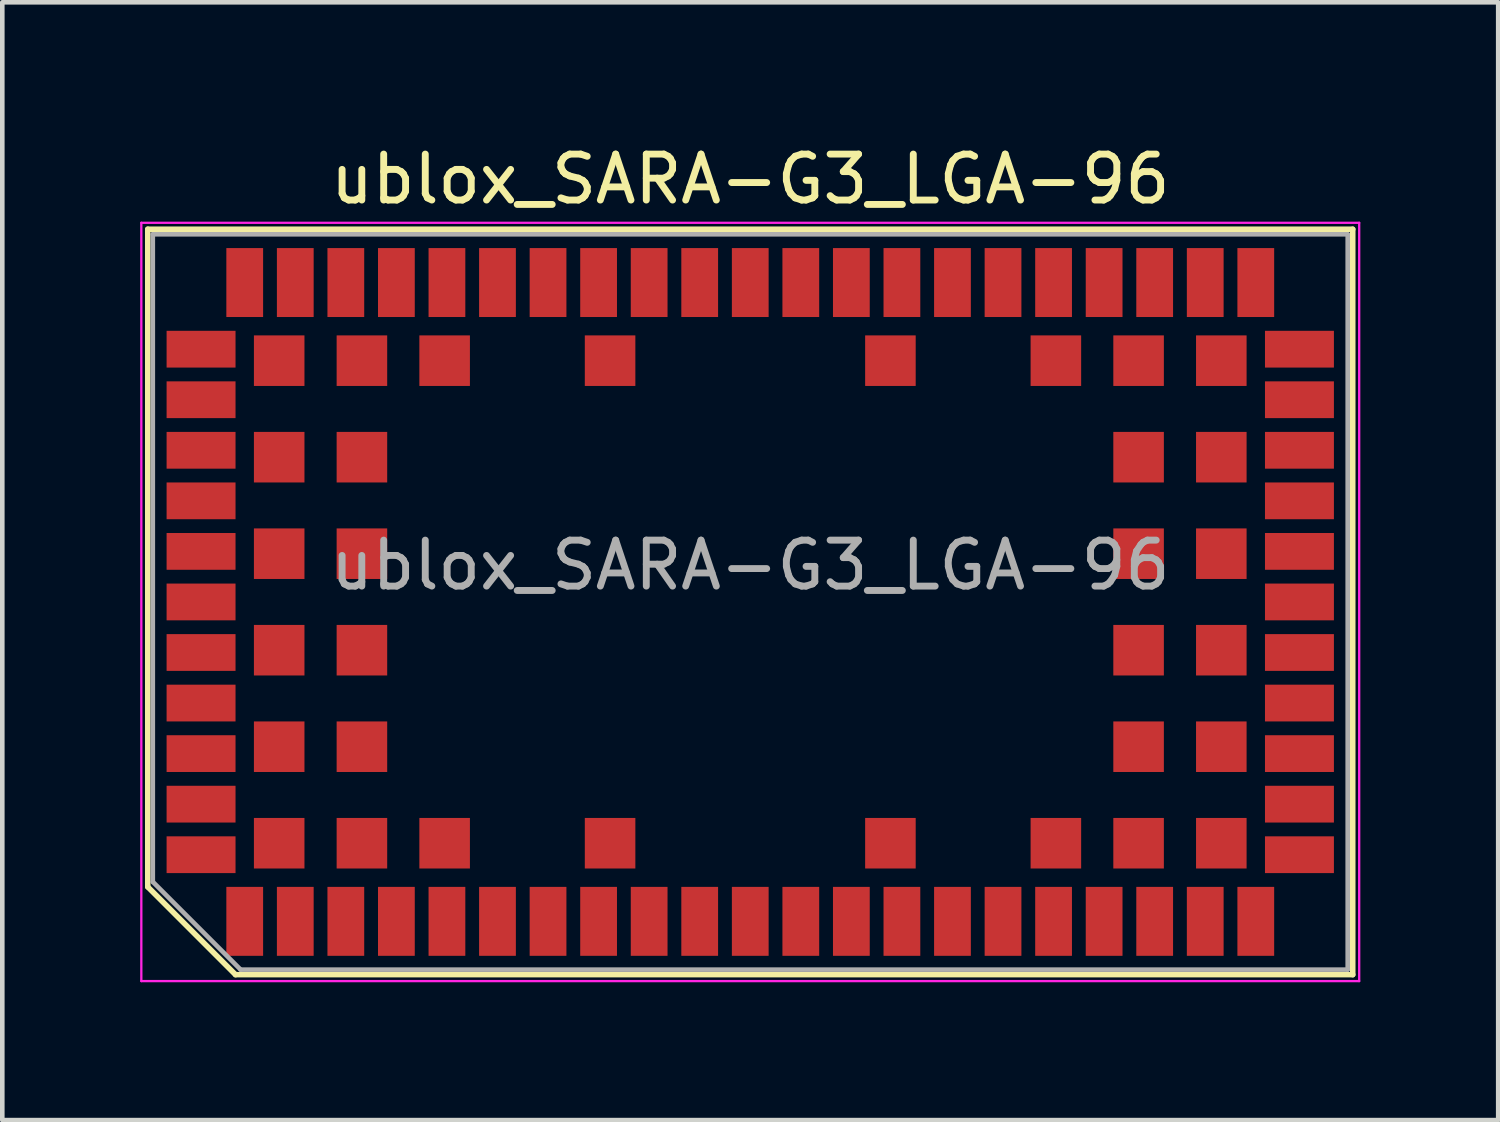
<source format=kicad_pcb>
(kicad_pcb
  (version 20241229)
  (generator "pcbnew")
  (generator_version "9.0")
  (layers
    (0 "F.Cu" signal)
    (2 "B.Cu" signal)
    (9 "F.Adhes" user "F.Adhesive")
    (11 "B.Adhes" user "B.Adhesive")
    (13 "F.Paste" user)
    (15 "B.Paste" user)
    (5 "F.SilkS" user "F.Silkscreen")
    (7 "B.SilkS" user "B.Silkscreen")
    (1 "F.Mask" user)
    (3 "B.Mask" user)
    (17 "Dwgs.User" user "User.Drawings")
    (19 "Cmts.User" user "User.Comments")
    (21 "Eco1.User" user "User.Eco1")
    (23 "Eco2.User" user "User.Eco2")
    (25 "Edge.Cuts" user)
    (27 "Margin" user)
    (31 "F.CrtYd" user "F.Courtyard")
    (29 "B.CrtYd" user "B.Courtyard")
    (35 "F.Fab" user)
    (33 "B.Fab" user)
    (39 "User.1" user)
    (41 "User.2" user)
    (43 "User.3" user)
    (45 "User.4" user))
  (footprint "ublox_SARA-G3_LGA-96"
    (layer "F.Cu")
    (at 13.275 10.048)
    (property "Reference" "ublox_SARA-G3_LGA-96" (at 0 -9.2 0) (layer "F.SilkS") (effects (font (size 1 1) (thickness 0.15))))
    (attr smd)
    (fp_line (start -13.11 -8.11) (end -13.11 6.2) (stroke (width 0.12) (type solid)) (layer "F.SilkS"))
    (fp_line (start -13.11 -8.11) (end 13.11 -8.11) (stroke (width 0.12) (type solid)) (layer "F.SilkS"))
    (fp_line (start -13.11 6.2) (end -11.2 8.11) (stroke (width 0.12) (type solid)) (layer "F.SilkS"))
    (fp_line (start -11.2 8.11) (end 13.11 8.11) (stroke (width 0.12) (type solid)) (layer "F.SilkS"))
    (fp_line (start 13.11 -8.11) (end 13.11 8.11) (stroke (width 0.12) (type solid)) (layer "F.SilkS"))
    (fp_line (start -13.25 -8.25) (end -13.25 8.25) (stroke (width 0.05) (type solid)) (layer "F.CrtYd"))
    (fp_line (start -13.25 -8.25) (end 13.25 -8.25) (stroke (width 0.05) (type solid)) (layer "F.CrtYd"))
    (fp_line (start -13.25 8.25) (end 13.25 8.25) (stroke (width 0.05) (type solid)) (layer "F.CrtYd"))
    (fp_line (start 13.25 -8.25) (end 13.25 8.25) (stroke (width 0.05) (type solid)) (layer "F.CrtYd"))
    (fp_line (start -13 -8) (end -13 6.09) (stroke (width 0.1) (type solid)) (layer "F.Fab"))
    (fp_line (start -13 -8) (end 13 -8) (stroke (width 0.1) (type solid)) (layer "F.Fab"))
    (fp_line (start -13 6.09) (end -11.09 8) (stroke (width 0.1) (type solid)) (layer "F.Fab"))
    (fp_line (start -11.09 8) (end 13 8) (stroke (width 0.1) (type solid)) (layer "F.Fab"))
    (fp_line (start 13 -8) (end 13 8) (stroke (width 0.1) (type solid)) (layer "F.Fab"))
    (fp_text user "${REFERENCE}" (at 0 -0.8 0) (layer "F.Fab") (effects (font (size 1 1) (thickness 0.15))))
    (pad "" smd rect (at -12 -5.5 90) (size 0.75 1.55) (layers "F.Paste"))
    (pad "" smd rect (at -12 -4.4 90) (size 0.75 1.55) (layers "F.Paste"))
    (pad "" smd rect (at -12 -3.3 90) (size 0.75 1.55) (layers "F.Paste"))
    (pad "" smd rect (at -12 -2.2 90) (size 0.75 1.55) (layers "F.Paste"))
    (pad "" smd rect (at -12 -1.1 90) (size 0.75 1.55) (layers "F.Paste"))
    (pad "" smd rect (at -12 0 90) (size 0.75 1.55) (layers "F.Paste"))
    (pad "" smd rect (at -12 1.1 90) (size 0.75 1.55) (layers "F.Paste"))
    (pad "" smd rect (at -12 2.2 90) (size 0.75 1.55) (layers "F.Paste"))
    (pad "" smd rect (at -12 3.3 90) (size 0.75 1.55) (layers "F.Paste"))
    (pad "" smd rect (at -12 4.4 90) (size 0.75 1.55) (layers "F.Paste"))
    (pad "" smd rect (at -12 5.5 90) (size 0.75 1.55) (layers "F.Paste"))
    (pad "" smd rect (at -11 -7) (size 0.75 1.55) (layers "F.Paste"))
    (pad "" smd rect (at -11 7) (size 0.75 1.55) (layers "F.Paste"))
    (pad "" smd rect (at -10.25 -5.25 270) (size 1.05 1.05) (layers "F.Paste"))
    (pad "" smd rect (at -10.25 -3.15 270) (size 1.05 1.05) (layers "F.Paste"))
    (pad "" smd rect (at -10.25 -1.05 270) (size 1.05 1.05) (layers "F.Paste"))
    (pad "" smd rect (at -10.25 1.05 270) (size 1.05 1.05) (layers "F.Paste"))
    (pad "" smd rect (at -10.25 3.15 270) (size 1.05 1.05) (layers "F.Paste"))
    (pad "" smd rect (at -10.25 5.25 270) (size 1.05 1.05) (layers "F.Paste"))
    (pad "" smd rect (at -9.9 -7) (size 0.75 1.55) (layers "F.Paste"))
    (pad "" smd rect (at -9.9 7) (size 0.75 1.55) (layers "F.Paste"))
    (pad "" smd rect (at -8.8 -7) (size 0.75 1.55) (layers "F.Paste"))
    (pad "" smd rect (at -8.8 7) (size 0.75 1.55) (layers "F.Paste"))
    (pad "" smd rect (at -8.45 -5.25 270) (size 1.05 1.05) (layers "F.Paste"))
    (pad "" smd rect (at -8.45 -3.15 270) (size 1.05 1.05) (layers "F.Paste"))
    (pad "" smd rect (at -8.45 -1.05 270) (size 1.05 1.05) (layers "F.Paste"))
    (pad "" smd rect (at -8.45 1.05 270) (size 1.05 1.05) (layers "F.Paste"))
    (pad "" smd rect (at -8.45 3.15 270) (size 1.05 1.05) (layers "F.Paste"))
    (pad "" smd rect (at -8.45 5.25 270) (size 1.05 1.05) (layers "F.Paste"))
    (pad "" smd rect (at -7.7 -7) (size 0.75 1.55) (layers "F.Paste"))
    (pad "" smd rect (at -7.7 7) (size 0.75 1.55) (layers "F.Paste"))
    (pad "" smd rect (at -6.65 -5.25 270) (size 1.05 1.05) (layers "F.Paste"))
    (pad "" smd rect (at -6.65 5.25 270) (size 1.05 1.05) (layers "F.Paste"))
    (pad "" smd rect (at -6.6 -7) (size 0.75 1.55) (layers "F.Paste"))
    (pad "" smd rect (at -6.6 7) (size 0.75 1.55) (layers "F.Paste"))
    (pad "" smd rect (at -5.5 -7) (size 0.75 1.55) (layers "F.Paste"))
    (pad "" smd rect (at -5.5 7) (size 0.75 1.55) (layers "F.Paste"))
    (pad "" smd rect (at -4.4 -7) (size 0.75 1.55) (layers "F.Paste"))
    (pad "" smd rect (at -4.4 7) (size 0.75 1.55) (layers "F.Paste"))
    (pad "" smd rect (at -3.3 -7) (size 0.75 1.55) (layers "F.Paste"))
    (pad "" smd rect (at -3.3 7) (size 0.75 1.55) (layers "F.Paste"))
    (pad "" smd rect (at -3.05 -5.25 270) (size 1.05 1.05) (layers "F.Paste"))
    (pad "" smd rect (at -3.05 5.25 270) (size 1.05 1.05) (layers "F.Paste"))
    (pad "" smd rect (at -2.2 -7) (size 0.75 1.55) (layers "F.Paste"))
    (pad "" smd rect (at -2.2 7) (size 0.75 1.55) (layers "F.Paste"))
    (pad "" smd rect (at -1.1 -7) (size 0.75 1.55) (layers "F.Paste"))
    (pad "" smd rect (at -1.1 7) (size 0.75 1.55) (layers "F.Paste"))
    (pad "" smd rect (at 0 -7) (size 0.75 1.55) (layers "F.Paste"))
    (pad "" smd rect (at 0 7) (size 0.75 1.55) (layers "F.Paste"))
    (pad "" smd rect (at 1.1 -7) (size 0.75 1.55) (layers "F.Paste"))
    (pad "" smd rect (at 1.1 7) (size 0.75 1.55) (layers "F.Paste"))
    (pad "" smd rect (at 2.2 -7) (size 0.75 1.55) (layers "F.Paste"))
    (pad "" smd rect (at 2.2 7) (size 0.75 1.55) (layers "F.Paste"))
    (pad "" smd rect (at 3.05 -5.25 270) (size 1.05 1.05) (layers "F.Paste"))
    (pad "" smd rect (at 3.05 5.25 270) (size 1.05 1.05) (layers "F.Paste"))
    (pad "" smd rect (at 3.3 -7) (size 0.75 1.55) (layers "F.Paste"))
    (pad "" smd rect (at 3.3 7) (size 0.75 1.55) (layers "F.Paste"))
    (pad "" smd rect (at 4.4 -7) (size 0.75 1.55) (layers "F.Paste"))
    (pad "" smd rect (at 4.4 7) (size 0.75 1.55) (layers "F.Paste"))
    (pad "" smd rect (at 5.5 -7) (size 0.75 1.55) (layers "F.Paste"))
    (pad "" smd rect (at 5.5 7) (size 0.75 1.55) (layers "F.Paste"))
    (pad "" smd rect (at 6.6 -7) (size 0.75 1.55) (layers "F.Paste"))
    (pad "" smd rect (at 6.6 7) (size 0.75 1.55) (layers "F.Paste"))
    (pad "" smd rect (at 6.65 -5.25 270) (size 1.05 1.05) (layers "F.Paste"))
    (pad "" smd rect (at 6.65 5.25 270) (size 1.05 1.05) (layers "F.Paste"))
    (pad "" smd rect (at 7.7 -7) (size 0.75 1.55) (layers "F.Paste"))
    (pad "" smd rect (at 7.7 7) (size 0.75 1.55) (layers "F.Paste"))
    (pad "" smd rect (at 8.45 -5.25 270) (size 1.05 1.05) (layers "F.Paste"))
    (pad "" smd rect (at 8.45 -3.15 270) (size 1.05 1.05) (layers "F.Paste"))
    (pad "" smd rect (at 8.45 -1.05 270) (size 1.05 1.05) (layers "F.Paste"))
    (pad "" smd rect (at 8.45 1.05 270) (size 1.05 1.05) (layers "F.Paste"))
    (pad "" smd rect (at 8.45 3.15 270) (size 1.05 1.05) (layers "F.Paste"))
    (pad "" smd rect (at 8.45 5.25 270) (size 1.05 1.05) (layers "F.Paste"))
    (pad "" smd rect (at 8.8 -7) (size 0.75 1.55) (layers "F.Paste"))
    (pad "" smd rect (at 8.8 7) (size 0.75 1.55) (layers "F.Paste"))
    (pad "" smd rect (at 9.9 -7) (size 0.75 1.55) (layers "F.Paste"))
    (pad "" smd rect (at 9.9 7) (size 0.75 1.55) (layers "F.Paste"))
    (pad "" smd rect (at 10.25 -5.25 270) (size 1.05 1.05) (layers "F.Paste"))
    (pad "" smd rect (at 10.25 -3.15 270) (size 1.05 1.05) (layers "F.Paste"))
    (pad "" smd rect (at 10.25 -1.05 270) (size 1.05 1.05) (layers "F.Paste"))
    (pad "" smd rect (at 10.25 1.05 270) (size 1.05 1.05) (layers "F.Paste"))
    (pad "" smd rect (at 10.25 3.15 270) (size 1.05 1.05) (layers "F.Paste"))
    (pad "" smd rect (at 10.25 5.25 270) (size 1.05 1.05) (layers "F.Paste"))
    (pad "" smd rect (at 11 -7) (size 0.75 1.55) (layers "F.Paste"))
    (pad "" smd rect (at 11 7) (size 0.75 1.55) (layers "F.Paste"))
    (pad "" smd rect (at 12 -5.5 90) (size 0.75 1.55) (layers "F.Paste"))
    (pad "" smd rect (at 12 -4.4 90) (size 0.75 1.55) (layers "F.Paste"))
    (pad "" smd rect (at 12 -3.3 90) (size 0.75 1.55) (layers "F.Paste"))
    (pad "" smd rect (at 12 -2.2 90) (size 0.75 1.55) (layers "F.Paste"))
    (pad "" smd rect (at 12 -1.1 90) (size 0.75 1.55) (layers "F.Paste"))
    (pad "" smd rect (at 12 0 90) (size 0.75 1.55) (layers "F.Paste"))
    (pad "" smd rect (at 12 1.1 90) (size 0.75 1.55) (layers "F.Paste"))
    (pad "" smd rect (at 12 2.2 90) (size 0.75 1.55) (layers "F.Paste"))
    (pad "" smd rect (at 12 3.3 90) (size 0.75 1.55) (layers "F.Paste"))
    (pad "" smd rect (at 12 4.4 90) (size 0.75 1.55) (layers "F.Paste"))
    (pad "" smd rect (at 12 5.5 90) (size 0.75 1.55) (layers "F.Paste"))
    (pad "1" smd rect (at -11 6.95) (size 0.8 1.5) (layers "F.Cu" "F.Mask"))
    (pad "2" smd rect (at -9.9 6.95) (size 0.8 1.5) (layers "F.Cu" "F.Mask"))
    (pad "3" smd rect (at -8.8 6.95) (size 0.8 1.5) (layers "F.Cu" "F.Mask"))
    (pad "4" smd rect (at -7.7 6.95) (size 0.8 1.5) (layers "F.Cu" "F.Mask"))
    (pad "5" smd rect (at -6.6 6.95) (size 0.8 1.5) (layers "F.Cu" "F.Mask"))
    (pad "6" smd rect (at -5.5 6.95) (size 0.8 1.5) (layers "F.Cu" "F.Mask"))
    (pad "7" smd rect (at -4.4 6.95) (size 0.8 1.5) (layers "F.Cu" "F.Mask"))
    (pad "8" smd rect (at -3.3 6.95) (size 0.8 1.5) (layers "F.Cu" "F.Mask"))
    (pad "9" smd rect (at -2.2 6.95) (size 0.8 1.5) (layers "F.Cu" "F.Mask"))
    (pad "10" smd rect (at -1.1 6.95) (size 0.8 1.5) (layers "F.Cu" "F.Mask"))
    (pad "11" smd rect (at 0 6.95) (size 0.8 1.5) (layers "F.Cu" "F.Mask"))
    (pad "12" smd rect (at 1.1 6.95) (size 0.8 1.5) (layers "F.Cu" "F.Mask"))
    (pad "13" smd rect (at 2.2 6.95) (size 0.8 1.5) (layers "F.Cu" "F.Mask"))
    (pad "14" smd rect (at 3.3 6.95) (size 0.8 1.5) (layers "F.Cu" "F.Mask"))
    (pad "15" smd rect (at 4.4 6.95) (size 0.8 1.5) (layers "F.Cu" "F.Mask"))
    (pad "16" smd rect (at 5.5 6.95) (size 0.8 1.5) (layers "F.Cu" "F.Mask"))
    (pad "17" smd rect (at 6.6 6.95) (size 0.8 1.5) (layers "F.Cu" "F.Mask"))
    (pad "18" smd rect (at 7.7 6.95) (size 0.8 1.5) (layers "F.Cu" "F.Mask"))
    (pad "19" smd rect (at 8.8 6.95) (size 0.8 1.5) (layers "F.Cu" "F.Mask"))
    (pad "20" smd rect (at 9.9 6.95) (size 0.8 1.5) (layers "F.Cu" "F.Mask"))
    (pad "21" smd rect (at 11 6.95) (size 0.8 1.5) (layers "F.Cu" "F.Mask"))
    (pad "22" smd rect (at 11.95 5.5 90) (size 0.8 1.5) (layers "F.Cu" "F.Mask"))
    (pad "23" smd rect (at 11.95 4.4 90) (size 0.8 1.5) (layers "F.Cu" "F.Mask"))
    (pad "24" smd rect (at 11.95 3.3 90) (size 0.8 1.5) (layers "F.Cu" "F.Mask"))
    (pad "25" smd rect (at 11.95 2.2 90) (size 0.8 1.5) (layers "F.Cu" "F.Mask"))
    (pad "26" smd rect (at 11.95 1.1 90) (size 0.8 1.5) (layers "F.Cu" "F.Mask"))
    (pad "27" smd rect (at 11.95 0 90) (size 0.8 1.5) (layers "F.Cu" "F.Mask"))
    (pad "28" smd rect (at 11.95 -1.1 90) (size 0.8 1.5) (layers "F.Cu" "F.Mask"))
    (pad "29" smd rect (at 11.95 -2.2 90) (size 0.8 1.5) (layers "F.Cu" "F.Mask"))
    (pad "30" smd rect (at 11.95 -3.3 90) (size 0.8 1.5) (layers "F.Cu" "F.Mask"))
    (pad "31" smd rect (at 11.95 -4.4 90) (size 0.8 1.5) (layers "F.Cu" "F.Mask"))
    (pad "32" smd rect (at 11.95 -5.5 90) (size 0.8 1.5) (layers "F.Cu" "F.Mask"))
    (pad "33" smd rect (at 11 -6.95 180) (size 0.8 1.5) (layers "F.Cu" "F.Mask"))
    (pad "34" smd rect (at 9.9 -6.95 180) (size 0.8 1.5) (layers "F.Cu" "F.Mask"))
    (pad "35" smd rect (at 8.8 -6.95 180) (size 0.8 1.5) (layers "F.Cu" "F.Mask"))
    (pad "36" smd rect (at 7.7 -6.95 180) (size 0.8 1.5) (layers "F.Cu" "F.Mask"))
    (pad "37" smd rect (at 6.6 -6.95 180) (size 0.8 1.5) (layers "F.Cu" "F.Mask"))
    (pad "38" smd rect (at 5.5 -6.95 180) (size 0.8 1.5) (layers "F.Cu" "F.Mask"))
    (pad "39" smd rect (at 4.4 -6.95 180) (size 0.8 1.5) (layers "F.Cu" "F.Mask"))
    (pad "40" smd rect (at 3.3 -6.95 180) (size 0.8 1.5) (layers "F.Cu" "F.Mask"))
    (pad "41" smd rect (at 2.2 -6.95 180) (size 0.8 1.5) (layers "F.Cu" "F.Mask"))
    (pad "42" smd rect (at 1.1 -6.95 180) (size 0.8 1.5) (layers "F.Cu" "F.Mask"))
    (pad "43" smd rect (at 0 -6.95 180) (size 0.8 1.5) (layers "F.Cu" "F.Mask"))
    (pad "44" smd rect (at -1.1 -6.95 180) (size 0.8 1.5) (layers "F.Cu" "F.Mask"))
    (pad "45" smd rect (at -2.2 -6.95 180) (size 0.8 1.5) (layers "F.Cu" "F.Mask"))
    (pad "46" smd rect (at -3.3 -6.95 180) (size 0.8 1.5) (layers "F.Cu" "F.Mask"))
    (pad "47" smd rect (at -4.4 -6.95 180) (size 0.8 1.5) (layers "F.Cu" "F.Mask"))
    (pad "48" smd rect (at -5.5 -6.95 180) (size 0.8 1.5) (layers "F.Cu" "F.Mask"))
    (pad "49" smd rect (at -6.6 -6.95 180) (size 0.8 1.5) (layers "F.Cu" "F.Mask"))
    (pad "50" smd rect (at -7.7 -6.95 180) (size 0.8 1.5) (layers "F.Cu" "F.Mask"))
    (pad "51" smd rect (at -8.8 -6.95 180) (size 0.8 1.5) (layers "F.Cu" "F.Mask"))
    (pad "52" smd rect (at -9.9 -6.95 180) (size 0.8 1.5) (layers "F.Cu" "F.Mask"))
    (pad "53" smd rect (at -11 -6.95 180) (size 0.8 1.5) (layers "F.Cu" "F.Mask"))
    (pad "54" smd rect (at -11.95 -5.5 270) (size 0.8 1.5) (layers "F.Cu" "F.Mask"))
    (pad "55" smd rect (at -11.95 -4.4 270) (size 0.8 1.5) (layers "F.Cu" "F.Mask"))
    (pad "56" smd rect (at -11.95 -3.3 270) (size 0.8 1.5) (layers "F.Cu" "F.Mask"))
    (pad "57" smd rect (at -11.95 -2.2 270) (size 0.8 1.5) (layers "F.Cu" "F.Mask"))
    (pad "58" smd rect (at -11.95 -1.1 270) (size 0.8 1.5) (layers "F.Cu" "F.Mask"))
    (pad "59" smd rect (at -11.95 0 270) (size 0.8 1.5) (layers "F.Cu" "F.Mask"))
    (pad "60" smd rect (at -11.95 1.1 270) (size 0.8 1.5) (layers "F.Cu" "F.Mask"))
    (pad "61" smd rect (at -11.95 2.2 270) (size 0.8 1.5) (layers "F.Cu" "F.Mask"))
    (pad "62" smd rect (at -11.95 3.3 270) (size 0.8 1.5) (layers "F.Cu" "F.Mask"))
    (pad "63" smd rect (at -11.95 4.4 270) (size 0.8 1.5) (layers "F.Cu" "F.Mask"))
    (pad "64" smd rect (at -11.95 5.5 270) (size 0.8 1.5) (layers "F.Cu" "F.Mask"))
    (pad "65" smd rect (at -10.25 5.25 270) (size 1.1 1.1) (layers "F.Cu" "F.Mask"))
    (pad "66" smd rect (at -10.25 3.15 270) (size 1.1 1.1) (layers "F.Cu" "F.Mask"))
    (pad "67" smd rect (at -10.25 1.05 270) (size 1.1 1.1) (layers "F.Cu" "F.Mask"))
    (pad "68" smd rect (at -10.25 -1.05 270) (size 1.1 1.1) (layers "F.Cu" "F.Mask"))
    (pad "69" smd rect (at -10.25 -3.15 270) (size 1.1 1.1) (layers "F.Cu" "F.Mask"))
    (pad "70" smd rect (at -10.25 -5.25 270) (size 1.1 1.1) (layers "F.Cu" "F.Mask"))
    (pad "71" smd rect (at -8.45 5.25 270) (size 1.1 1.1) (layers "F.Cu" "F.Mask"))
    (pad "72" smd rect (at -8.45 3.15 270) (size 1.1 1.1) (layers "F.Cu" "F.Mask"))
    (pad "73" smd rect (at -8.45 1.05 270) (size 1.1 1.1) (layers "F.Cu" "F.Mask"))
    (pad "74" smd rect (at -8.45 -1.05 270) (size 1.1 1.1) (layers "F.Cu" "F.Mask"))
    (pad "75" smd rect (at -8.45 -3.15 270) (size 1.1 1.1) (layers "F.Cu" "F.Mask"))
    (pad "76" smd rect (at -8.45 -5.25 270) (size 1.1 1.1) (layers "F.Cu" "F.Mask"))
    (pad "77" smd rect (at -6.65 5.25 270) (size 1.1 1.1) (layers "F.Cu" "F.Mask"))
    (pad "78" smd rect (at -6.65 -5.25 270) (size 1.1 1.1) (layers "F.Cu" "F.Mask"))
    (pad "79" smd rect (at -3.05 5.25 270) (size 1.1 1.1) (layers "F.Cu" "F.Mask"))
    (pad "80" smd rect (at -3.05 -5.25 270) (size 1.1 1.1) (layers "F.Cu" "F.Mask"))
    (pad "81" smd rect (at 3.05 5.25 270) (size 1.1 1.1) (layers "F.Cu" "F.Mask"))
    (pad "82" smd rect (at 3.05 -5.25 270) (size 1.1 1.1) (layers "F.Cu" "F.Mask"))
    (pad "83" smd rect (at 6.65 5.25 270) (size 1.1 1.1) (layers "F.Cu" "F.Mask"))
    (pad "84" smd rect (at 6.65 -5.25 270) (size 1.1 1.1) (layers "F.Cu" "F.Mask"))
    (pad "85" smd rect (at 8.45 5.25 270) (size 1.1 1.1) (layers "F.Cu" "F.Mask"))
    (pad "86" smd rect (at 8.45 3.15 270) (size 1.1 1.1) (layers "F.Cu" "F.Mask"))
    (pad "87" smd rect (at 8.45 1.05 270) (size 1.1 1.1) (layers "F.Cu" "F.Mask"))
    (pad "88" smd rect (at 8.45 -1.05 270) (size 1.1 1.1) (layers "F.Cu" "F.Mask"))
    (pad "89" smd rect (at 8.45 -3.15 270) (size 1.1 1.1) (layers "F.Cu" "F.Mask"))
    (pad "90" smd rect (at 8.45 -5.25 270) (size 1.1 1.1) (layers "F.Cu" "F.Mask"))
    (pad "91" smd rect (at 10.25 5.25 270) (size 1.1 1.1) (layers "F.Cu" "F.Mask"))
    (pad "92" smd rect (at 10.25 3.15 270) (size 1.1 1.1) (layers "F.Cu" "F.Mask"))
    (pad "93" smd rect (at 10.25 1.05) (size 1.1 1.1) (layers "F.Cu" "F.Mask"))
    (pad "94" smd rect (at 10.25 -1.05 270) (size 1.1 1.1) (layers "F.Cu" "F.Mask"))
    (pad "95" smd rect (at 10.25 -3.15 270) (size 1.1 1.1) (layers "F.Cu" "F.Mask"))
    (pad "96" smd rect (at 10.25 -5.25) (size 1.1 1.1) (layers "F.Cu" "F.Mask")))
  (gr_rect
    (start -3 -3)
    (end 29.55 21.323)
    (stroke (width 0.1) (type default))
    (fill no)
    (layer "Edge.Cuts")))
</source>
